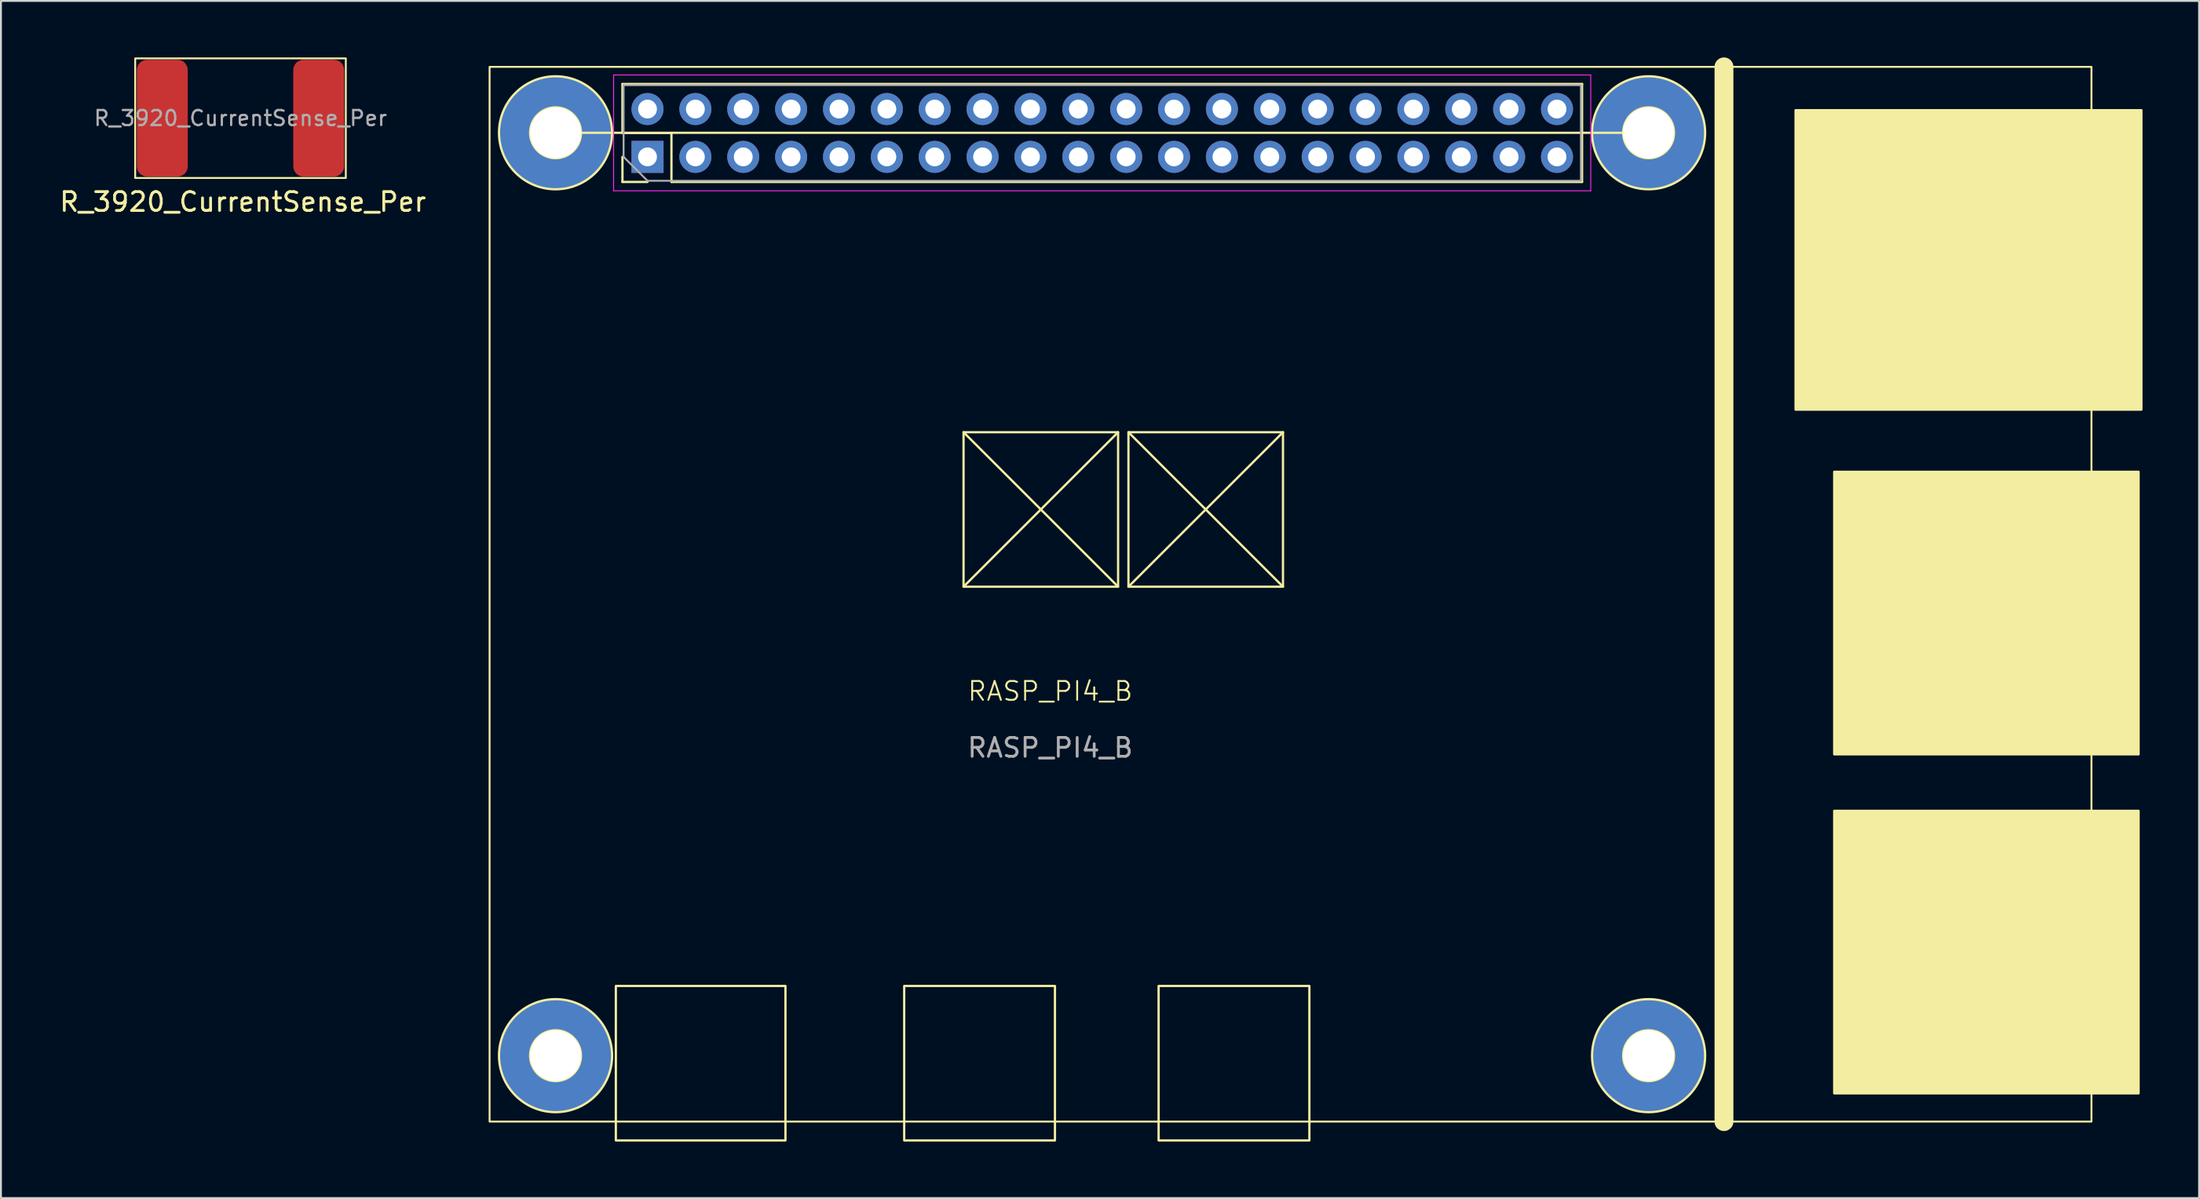
<source format=kicad_pcb>
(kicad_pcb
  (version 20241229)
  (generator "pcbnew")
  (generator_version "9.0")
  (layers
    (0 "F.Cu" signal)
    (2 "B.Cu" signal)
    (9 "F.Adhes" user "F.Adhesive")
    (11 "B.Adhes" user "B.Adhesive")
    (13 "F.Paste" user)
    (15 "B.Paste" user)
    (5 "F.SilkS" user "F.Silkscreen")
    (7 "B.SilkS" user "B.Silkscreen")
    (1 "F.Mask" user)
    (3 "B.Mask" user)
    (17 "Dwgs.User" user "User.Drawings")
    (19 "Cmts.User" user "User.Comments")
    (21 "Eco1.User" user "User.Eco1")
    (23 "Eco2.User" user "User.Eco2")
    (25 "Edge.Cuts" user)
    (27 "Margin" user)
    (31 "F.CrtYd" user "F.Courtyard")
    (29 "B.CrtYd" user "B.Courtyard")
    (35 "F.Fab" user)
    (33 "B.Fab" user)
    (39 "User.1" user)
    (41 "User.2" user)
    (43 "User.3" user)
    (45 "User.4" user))
  (footprint "RASP_PI4_B"
    (layer "F.Cu")
    (at 22.929 56.5)
    (property "Reference" "RASP_PI4_B" (at 29.75 -22.85 0) (unlocked yes) (layer "F.SilkS") (effects (font (size 1 1) (thickness 0.1))))
    (attr through_hole)
    (fp_line (start 3.5 -52.5) (end 61.5 -52.5) (stroke (width 0.12) (type default)) (layer "F.SilkS"))
    (fp_line (start 7.05 -55.09) (end 57.97 -55.09) (stroke (width 0.12) (type solid)) (layer "F.SilkS"))
    (fp_line (start 7.05 -52.49) (end 7.05 -55.09) (stroke (width 0.12) (type solid)) (layer "F.SilkS"))
    (fp_line (start 7.05 -49.89) (end 7.05 -51.22) (stroke (width 0.12) (type solid)) (layer "F.SilkS"))
    (fp_line (start 8.38 -49.89) (end 7.05 -49.89) (stroke (width 0.12) (type solid)) (layer "F.SilkS"))
    (fp_line (start 9.65 -52.49) (end 7.05 -52.49) (stroke (width 0.12) (type solid)) (layer "F.SilkS"))
    (fp_line (start 9.65 -49.89) (end 9.65 -52.49) (stroke (width 0.12) (type solid)) (layer "F.SilkS"))
    (fp_line (start 9.65 -49.89) (end 57.97 -49.89) (stroke (width 0.12) (type solid)) (layer "F.SilkS"))
    (fp_line (start 25.15 -36.6) (end 33.35 -28.4) (stroke (width 0.12) (type default)) (layer "F.SilkS"))
    (fp_line (start 33.35 -36.6) (end 25.15 -28.4) (stroke (width 0.12) (type default)) (layer "F.SilkS"))
    (fp_line (start 33.9 -36.6) (end 42.1 -28.4) (stroke (width 0.12) (type default)) (layer "F.SilkS"))
    (fp_line (start 42.1 -36.6) (end 33.9 -28.4) (stroke (width 0.12) (type default)) (layer "F.SilkS"))
    (fp_line (start 57.97 -49.89) (end 57.97 -55.09) (stroke (width 0.12) (type solid)) (layer "F.SilkS"))
    (fp_line (start 65.5 -56) (end 65.5 0) (stroke (width 1) (type default)) (layer "F.SilkS"))
    (fp_rect (start 0 -56) (end 85 0) (stroke (width 0.1) (type default)) (fill no) (layer "F.SilkS"))
    (fp_rect (start 6.7 -7.2) (end 15.7 1) (stroke (width 0.12) (type default)) (fill no) (layer "F.SilkS"))
    (fp_rect (start 22 -7.2) (end 30 1) (stroke (width 0.12) (type default)) (fill no) (layer "F.SilkS"))
    (fp_rect (start 25.15 -36.6) (end 33.35 -28.4) (stroke (width 0.12) (type default)) (fill no) (layer "F.SilkS"))
    (fp_rect (start 33.9 -36.6) (end 42.1 -28.4) (stroke (width 0.12) (type default)) (fill no) (layer "F.SilkS"))
    (fp_rect (start 35.5 -7.2) (end 43.5 1) (stroke (width 0.12) (type default)) (fill no) (layer "F.SilkS"))
    (fp_rect (start 69.3 -53.7) (end 87.65 -37.8) (stroke (width 0.12) (type solid)) (fill yes) (layer "F.SilkS"))
    (fp_rect (start 71.35 -34.5) (end 87.5 -19.5) (stroke (width 0.12) (type solid)) (fill yes) (layer "F.SilkS"))
    (fp_rect (start 71.35 -16.5) (end 87.5 -1.5) (stroke (width 0.12) (type solid)) (fill yes) (layer "F.SilkS"))
    (fp_circle (center 3.5 -52.5) (end 4.85 -52.5) (stroke (width 0.12) (type default)) (fill no) (layer "F.SilkS"))
    (fp_circle (center 3.5 -52.5) (end 6.5 -52.5) (stroke (width 0.12) (type default)) (fill no) (layer "F.SilkS"))
    (fp_circle (center 3.5 -3.5) (end 4.85 -3.5) (stroke (width 0.12) (type default)) (fill no) (layer "F.SilkS"))
    (fp_circle (center 3.5 -3.5) (end 6.5 -3.5) (stroke (width 0.12) (type default)) (fill no) (layer "F.SilkS"))
    (fp_circle (center 61.5 -52.5) (end 62.85 -52.5) (stroke (width 0.12) (type default)) (fill no) (layer "F.SilkS"))
    (fp_circle (center 61.5 -52.5) (end 64.5 -52.5) (stroke (width 0.12) (type default)) (fill no) (layer "F.SilkS"))
    (fp_circle (center 61.5 -3.5) (end 62.85 -3.5) (stroke (width 0.12) (type default)) (fill no) (layer "F.SilkS"))
    (fp_circle (center 61.5 -3.5) (end 64.5 -3.5) (stroke (width 0.12) (type default)) (fill no) (layer "F.SilkS"))
    (fp_line (start 6.58 -55.57) (end 6.58 -49.42) (stroke (width 0.05) (type solid)) (layer "F.CrtYd"))
    (fp_line (start 6.58 -49.42) (end 58.43 -49.42) (stroke (width 0.05) (type solid)) (layer "F.CrtYd"))
    (fp_line (start 58.43 -55.57) (end 6.58 -55.57) (stroke (width 0.05) (type solid)) (layer "F.CrtYd"))
    (fp_line (start 58.43 -49.42) (end 58.43 -55.57) (stroke (width 0.05) (type solid)) (layer "F.CrtYd"))
    (fp_line (start 7.11 -55.03) (end 57.91 -55.03) (stroke (width 0.1) (type solid)) (layer "F.Fab"))
    (fp_line (start 7.11 -51.22) (end 7.11 -55.03) (stroke (width 0.1) (type solid)) (layer "F.Fab"))
    (fp_line (start 8.38 -49.95) (end 7.11 -51.22) (stroke (width 0.1) (type solid)) (layer "F.Fab"))
    (fp_line (start 57.91 -55.03) (end 57.91 -49.95) (stroke (width 0.1) (type solid)) (layer "F.Fab"))
    (fp_line (start 57.91 -49.95) (end 8.38 -49.95) (stroke (width 0.1) (type solid)) (layer "F.Fab"))
    (fp_text user "${REFERENCE}" (at 29.75 -19.85 0) (unlocked yes) (layer "F.Fab") (effects (font (size 1 1) (thickness 0.15))))
    (pad "1" thru_hole rect (at 8.38 -51.22 90) (size 1.7 1.7) (drill 1) (layers "*.Cu" "*.Mask"))
    (pad "2" thru_hole oval (at 8.38 -53.76 90) (size 1.7 1.7) (drill 1) (layers "*.Cu" "*.Mask"))
    (pad "3" thru_hole oval (at 10.92 -51.22 90) (size 1.7 1.7) (drill 1) (layers "*.Cu" "*.Mask"))
    (pad "4" thru_hole oval (at 10.92 -53.76 90) (size 1.7 1.7) (drill 1) (layers "*.Cu" "*.Mask"))
    (pad "5" thru_hole oval (at 13.46 -51.22 90) (size 1.7 1.7) (drill 1) (layers "*.Cu" "*.Mask"))
    (pad "6" thru_hole oval (at 13.46 -53.76 90) (size 1.7 1.7) (drill 1) (layers "*.Cu" "*.Mask"))
    (pad "7" thru_hole oval (at 16 -51.22 90) (size 1.7 1.7) (drill 1) (layers "*.Cu" "*.Mask"))
    (pad "8" thru_hole oval (at 16 -53.76 90) (size 1.7 1.7) (drill 1) (layers "*.Cu" "*.Mask"))
    (pad "9" thru_hole oval (at 18.54 -51.22 90) (size 1.7 1.7) (drill 1) (layers "*.Cu" "*.Mask"))
    (pad "10" thru_hole oval (at 18.54 -53.76 90) (size 1.7 1.7) (drill 1) (layers "*.Cu" "*.Mask"))
    (pad "11" thru_hole oval (at 21.08 -51.22 90) (size 1.7 1.7) (drill 1) (layers "*.Cu" "*.Mask"))
    (pad "12" thru_hole oval (at 21.08 -53.76 90) (size 1.7 1.7) (drill 1) (layers "*.Cu" "*.Mask"))
    (pad "13" thru_hole oval (at 23.62 -51.22 90) (size 1.7 1.7) (drill 1) (layers "*.Cu" "*.Mask"))
    (pad "14" thru_hole oval (at 23.62 -53.76 90) (size 1.7 1.7) (drill 1) (layers "*.Cu" "*.Mask"))
    (pad "15" thru_hole oval (at 26.16 -51.22 90) (size 1.7 1.7) (drill 1) (layers "*.Cu" "*.Mask"))
    (pad "16" thru_hole oval (at 26.16 -53.76 90) (size 1.7 1.7) (drill 1) (layers "*.Cu" "*.Mask"))
    (pad "17" thru_hole oval (at 28.7 -51.22 90) (size 1.7 1.7) (drill 1) (layers "*.Cu" "*.Mask"))
    (pad "18" thru_hole oval (at 28.7 -53.76 90) (size 1.7 1.7) (drill 1) (layers "*.Cu" "*.Mask"))
    (pad "19" thru_hole oval (at 31.24 -51.22 90) (size 1.7 1.7) (drill 1) (layers "*.Cu" "*.Mask"))
    (pad "20" thru_hole oval (at 31.24 -53.76 90) (size 1.7 1.7) (drill 1) (layers "*.Cu" "*.Mask"))
    (pad "21" thru_hole oval (at 33.78 -51.22 90) (size 1.7 1.7) (drill 1) (layers "*.Cu" "*.Mask"))
    (pad "22" thru_hole oval (at 33.78 -53.76 90) (size 1.7 1.7) (drill 1) (layers "*.Cu" "*.Mask"))
    (pad "23" thru_hole oval (at 36.32 -51.22 90) (size 1.7 1.7) (drill 1) (layers "*.Cu" "*.Mask"))
    (pad "24" thru_hole oval (at 36.32 -53.76 90) (size 1.7 1.7) (drill 1) (layers "*.Cu" "*.Mask"))
    (pad "25" thru_hole oval (at 38.86 -51.22 90) (size 1.7 1.7) (drill 1) (layers "*.Cu" "*.Mask"))
    (pad "26" thru_hole oval (at 38.86 -53.76 90) (size 1.7 1.7) (drill 1) (layers "*.Cu" "*.Mask"))
    (pad "27" thru_hole oval (at 41.4 -51.22 90) (size 1.7 1.7) (drill 1) (layers "*.Cu" "*.Mask"))
    (pad "28" thru_hole oval (at 41.4 -53.76 90) (size 1.7 1.7) (drill 1) (layers "*.Cu" "*.Mask"))
    (pad "29" thru_hole oval (at 43.94 -51.22 90) (size 1.7 1.7) (drill 1) (layers "*.Cu" "*.Mask"))
    (pad "30" thru_hole oval (at 43.94 -53.76 90) (size 1.7 1.7) (drill 1) (layers "*.Cu" "*.Mask"))
    (pad "31" thru_hole oval (at 46.48 -51.22 90) (size 1.7 1.7) (drill 1) (layers "*.Cu" "*.Mask"))
    (pad "32" thru_hole oval (at 46.48 -53.76 90) (size 1.7 1.7) (drill 1) (layers "*.Cu" "*.Mask"))
    (pad "33" thru_hole oval (at 49.02 -51.22 90) (size 1.7 1.7) (drill 1) (layers "*.Cu" "*.Mask"))
    (pad "34" thru_hole oval (at 49.02 -53.76 90) (size 1.7 1.7) (drill 1) (layers "*.Cu" "*.Mask"))
    (pad "35" thru_hole oval (at 51.56 -51.22 90) (size 1.7 1.7) (drill 1) (layers "*.Cu" "*.Mask"))
    (pad "36" thru_hole oval (at 51.56 -53.76 90) (size 1.7 1.7) (drill 1) (layers "*.Cu" "*.Mask"))
    (pad "37" thru_hole oval (at 54.1 -51.22 90) (size 1.7 1.7) (drill 1) (layers "*.Cu" "*.Mask"))
    (pad "38" thru_hole oval (at 54.1 -53.76 90) (size 1.7 1.7) (drill 1) (layers "*.Cu" "*.Mask"))
    (pad "39" thru_hole oval (at 56.64 -51.22 90) (size 1.7 1.7) (drill 1) (layers "*.Cu" "*.Mask"))
    (pad "40" thru_hole oval (at 56.64 -53.76 90) (size 1.7 1.7) (drill 1) (layers "*.Cu" "*.Mask"))
    (pad "41" thru_hole circle (at 3.5 -52.5) (size 6 6) (drill 2.7) (layers "*.Cu" "*.Mask"))
    (pad "41" thru_hole circle (at 3.5 -3.5) (size 6 6) (drill 2.7) (layers "*.Cu" "*.Mask"))
    (pad "41" thru_hole circle (at 61.5 -52.5) (size 6 6) (drill 2.7) (layers "*.Cu" "*.Mask"))
    (pad "41" thru_hole circle (at 61.5 -3.5) (size 6 6) (drill 2.7) (layers "*.Cu" "*.Mask")))
  (footprint "R_3920_CurrentSense_Per"
    (layer "F.Cu")
    (at 9.712 3.225)
    (property "Reference" "R_3920_CurrentSense_Per" (at 0.127 4.445 0) (layer "F.SilkS") (effects (font (size 1 1) (thickness 0.15))))
    (attr smd)
    (fp_rect (start -5.588 -3.175) (end 5.588 3.175) (stroke (width 0.1) (type default)) (fill no) (layer "F.SilkS"))
    (fp_text user "${REFERENCE}" (at 0 0 0) (layer "F.Fab") (effects (font (size 0.8 0.8) (thickness 0.12))))
    (pad "1" smd roundrect (at -4.15 0) (size 2.7 6.2) (layers "F.Cu" "F.Mask" "F.Paste") (roundrect_rratio 0.2))
    (pad "2" smd roundrect (at 4.15 0) (size 2.7 6.2) (layers "F.Cu" "F.Mask" "F.Paste") (roundrect_rratio 0.2)))
  (gr_rect
    (start -3 -3)
    (end 113.639 60.56)
    (stroke (width 0.1) (type default))
    (fill no)
    (layer "Edge.Cuts")))
</source>
